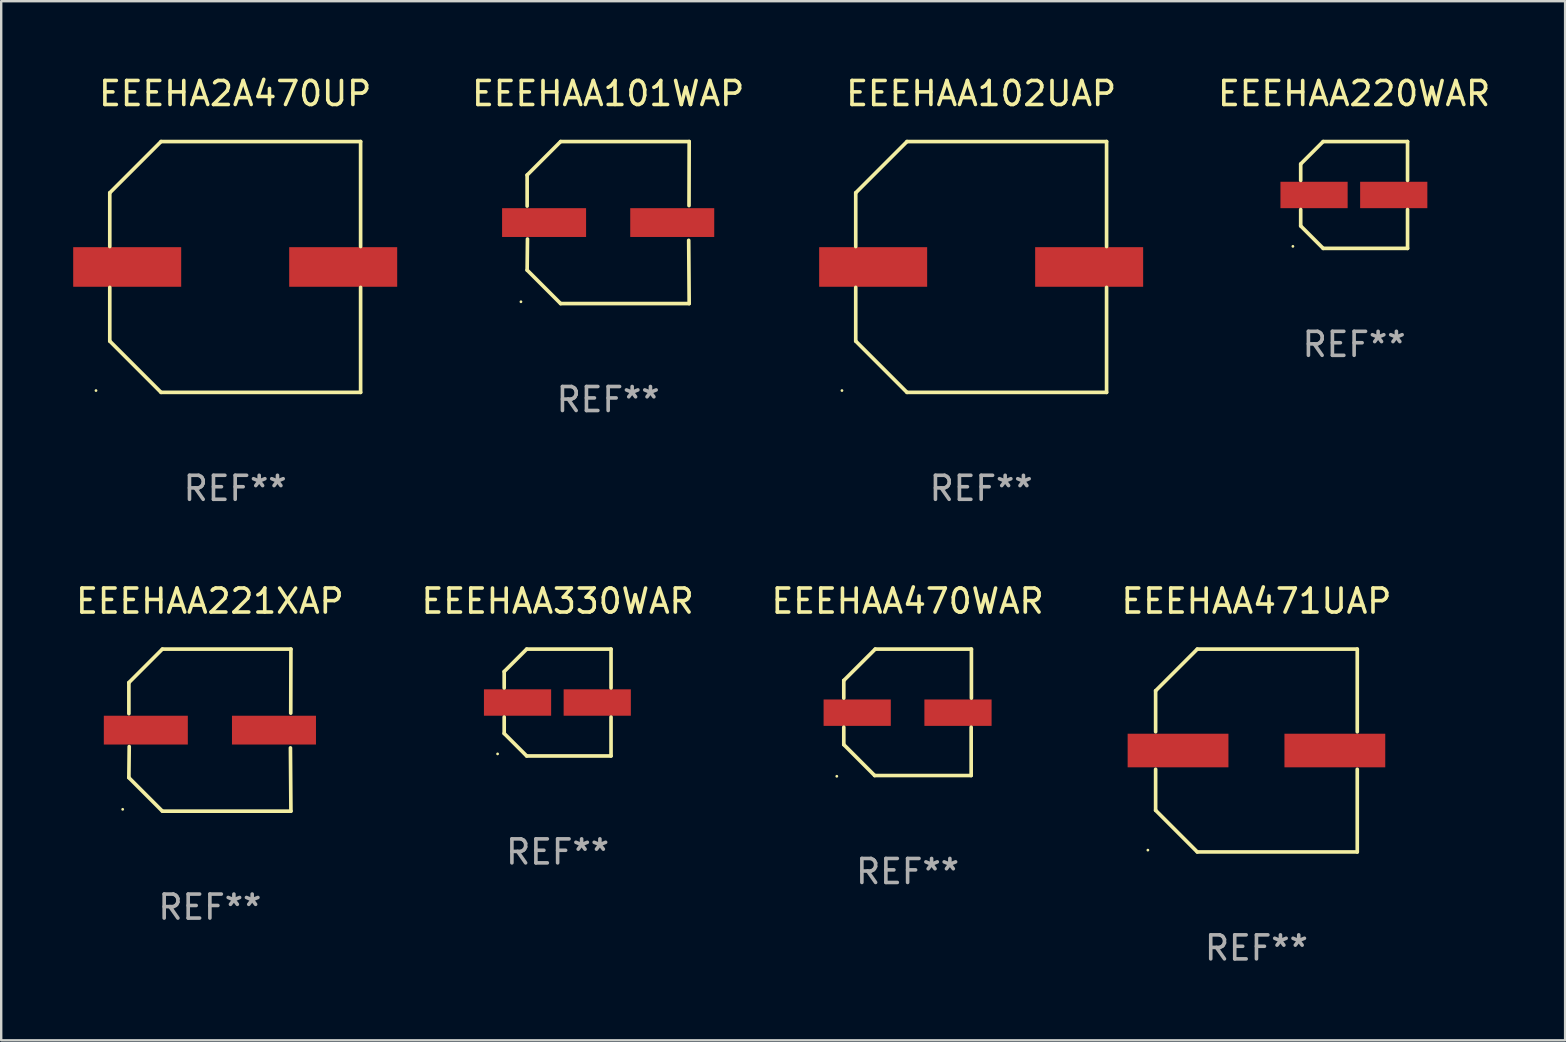
<source format=kicad_pcb>
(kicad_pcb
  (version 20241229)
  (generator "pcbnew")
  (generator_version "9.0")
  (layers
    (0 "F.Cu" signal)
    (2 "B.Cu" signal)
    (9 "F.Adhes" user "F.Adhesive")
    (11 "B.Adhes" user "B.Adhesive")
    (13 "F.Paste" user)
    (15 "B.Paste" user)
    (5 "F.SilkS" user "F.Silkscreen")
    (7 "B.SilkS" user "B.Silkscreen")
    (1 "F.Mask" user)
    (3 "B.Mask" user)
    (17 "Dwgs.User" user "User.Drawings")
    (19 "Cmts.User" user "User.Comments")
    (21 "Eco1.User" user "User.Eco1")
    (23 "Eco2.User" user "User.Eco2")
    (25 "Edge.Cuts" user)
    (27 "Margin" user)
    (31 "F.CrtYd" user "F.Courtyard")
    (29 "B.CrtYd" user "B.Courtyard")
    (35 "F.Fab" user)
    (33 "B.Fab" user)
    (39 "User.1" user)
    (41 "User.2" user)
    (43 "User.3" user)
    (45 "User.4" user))
  (footprint "EEEHAA101WAP"
    (layer "F.Cu")
    (at 22.291 6.224)
    (property "Reference" "EEEHAA101WAP" (at 0 -5.376 0) (layer "F.SilkS") (effects (font (size 1 1) (thickness 0.15))))
    (attr through_hole)
    (fp_line (start -3.376 -1.98) (end -3.376 -0.686) (stroke (width 0.152) (type solid)) (layer "F.SilkS"))
    (fp_line (start -3.376 1.981) (end -3.362 0.686) (stroke (width 0.152) (type solid)) (layer "F.SilkS"))
    (fp_line (start -1.981 3.376) (end -3.376 1.981) (stroke (width 0.152) (type solid)) (layer "F.SilkS"))
    (fp_line (start -1.98 -3.376) (end -3.376 -1.98) (stroke (width 0.152) (type solid)) (layer "F.SilkS"))
    (fp_line (start 3.356 0.74) (end 3.376 3.376) (stroke (width 0.152) (type solid)) (layer "F.SilkS"))
    (fp_line (start 3.369 -0.707) (end 3.376 -3.376) (stroke (width 0.152) (type solid)) (layer "F.SilkS"))
    (fp_line (start 3.376 3.376) (end -1.981 3.376) (stroke (width 0.152) (type solid)) (layer "F.SilkS"))
    (fp_line (start 3.376 -3.376) (end -1.98 -3.376) (stroke (width 0.152) (type solid)) (layer "F.SilkS"))
    (fp_circle (center -3.634 3.3) (end -3.604 3.3) (stroke (width 0.06) (type solid)) (fill no) (layer "F.SilkS"))
    (fp_text user "REF**" (at 0 7.376 0) (layer "F.Fab") (effects (font (size 1 1) (thickness 0.15))))
    (pad "1" smd rect (at -2.67 0.000254) (size 3.5 1.2) (layers "F.Cu" "F.Mask" "F.Paste"))
    (pad "2" smd rect (at 2.67 0.000254) (size 3.5 1.2) (layers "F.Cu" "F.Mask" "F.Paste")))
  (footprint "EEEHAA330WAR"
    (layer "F.Cu")
    (at 20.185 26.223)
    (property "Reference" "EEEHAA330WAR" (at 0 -4.226 0) (layer "F.SilkS") (effects (font (size 1 1) (thickness 0.15))))
    (attr through_hole)
    (fp_line (start -2.226 -1.29) (end -2.226 -0.607) (stroke (width 0.152) (type solid)) (layer "F.SilkS"))
    (fp_line (start -2.226 1.29) (end -2.226 0.607) (stroke (width 0.152) (type solid)) (layer "F.SilkS"))
    (fp_line (start -1.29 -2.226) (end -2.226 -1.29) (stroke (width 0.152) (type solid)) (layer "F.SilkS"))
    (fp_line (start -1.29 2.226) (end -2.226 1.29) (stroke (width 0.152) (type solid)) (layer "F.SilkS"))
    (fp_line (start 2.226 -2.226) (end -1.29 -2.226) (stroke (width 0.152) (type solid)) (layer "F.SilkS"))
    (fp_line (start 2.226 -0.607) (end 2.226 -2.226) (stroke (width 0.152) (type solid)) (layer "F.SilkS"))
    (fp_line (start 2.226 0.607) (end 2.226 2.226) (stroke (width 0.152) (type solid)) (layer "F.SilkS"))
    (fp_line (start 2.226 2.226) (end -1.29 2.226) (stroke (width 0.152) (type solid)) (layer "F.SilkS"))
    (fp_circle (center -2.501 2.141) (end -2.471 2.141) (stroke (width 0.06) (type solid)) (fill no) (layer "F.SilkS"))
    (fp_text user "REF**" (at 0 6.226 0) (layer "F.Fab") (effects (font (size 1 1) (thickness 0.15))))
    (pad "1" smd rect (at -1.67 -0.000025) (size 2.8 1.1) (layers "F.Cu" "F.Mask" "F.Paste"))
    (pad "2" smd rect (at 1.651 -0.000025) (size 2.8 1.1) (layers "F.Cu" "F.Mask" "F.Paste")))
  (footprint "EEEHAA220WAR"
    (layer "F.Cu")
    (at 53.374 5.074)
    (property "Reference" "EEEHAA220WAR" (at 0 -4.226 0) (layer "F.SilkS") (effects (font (size 1 1) (thickness 0.15))))
    (attr through_hole)
    (fp_line (start -2.226 -1.29) (end -2.226 -0.607) (stroke (width 0.152) (type solid)) (layer "F.SilkS"))
    (fp_line (start -2.226 1.29) (end -2.226 0.607) (stroke (width 0.152) (type solid)) (layer "F.SilkS"))
    (fp_line (start -1.29 -2.226) (end -2.226 -1.29) (stroke (width 0.152) (type solid)) (layer "F.SilkS"))
    (fp_line (start -1.29 2.226) (end -2.226 1.29) (stroke (width 0.152) (type solid)) (layer "F.SilkS"))
    (fp_line (start 2.226 -2.226) (end -1.29 -2.226) (stroke (width 0.152) (type solid)) (layer "F.SilkS"))
    (fp_line (start 2.226 -0.607) (end 2.226 -2.226) (stroke (width 0.152) (type solid)) (layer "F.SilkS"))
    (fp_line (start 2.226 0.607) (end 2.226 2.226) (stroke (width 0.152) (type solid)) (layer "F.SilkS"))
    (fp_line (start 2.226 2.226) (end -1.29 2.226) (stroke (width 0.152) (type solid)) (layer "F.SilkS"))
    (fp_circle (center -2.551 2.141) (end -2.521 2.141) (stroke (width 0.06) (type solid)) (fill no) (layer "F.SilkS"))
    (fp_text user "REF**" (at 0 6.226 0) (layer "F.Fab") (effects (font (size 1 1) (thickness 0.15))))
    (pad "1" smd rect (at -1.67 -0.000025) (size 2.8 1.1) (layers "F.Cu" "F.Mask" "F.Paste"))
    (pad "2" smd rect (at 1.651 -0.000025) (size 2.8 1.1) (layers "F.Cu" "F.Mask" "F.Paste")))
  (footprint "EEEHAA470WAR"
    (layer "F.Cu")
    (at 34.768 26.631)
    (property "Reference" "EEEHAA470WAR" (at 0 -4.634 0) (layer "F.SilkS") (effects (font (size 1 1) (thickness 0.15))))
    (attr through_hole)
    (fp_line (start -2.659 -1.326) (end -2.659 -0.592) (stroke (width 0.152) (type solid)) (layer "F.SilkS"))
    (fp_line (start -2.659 1.346) (end -2.659 0.622) (stroke (width 0.152) (type solid)) (layer "F.SilkS"))
    (fp_line (start -1.372 2.634) (end -2.659 1.346) (stroke (width 0.152) (type solid)) (layer "F.SilkS"))
    (fp_line (start -1.349 -2.634) (end -2.659 -1.326) (stroke (width 0.152) (type solid)) (layer "F.SilkS"))
    (fp_line (start 2.649 0.622) (end 2.649 2.634) (stroke (width 0.152) (type solid)) (layer "F.SilkS"))
    (fp_line (start 2.649 2.634) (end -1.372 2.634) (stroke (width 0.152) (type solid)) (layer "F.SilkS"))
    (fp_line (start 2.659 -2.634) (end -1.349 -2.634) (stroke (width 0.152) (type solid)) (layer "F.SilkS"))
    (fp_line (start 2.659 -0.592) (end 2.659 -2.634) (stroke (width 0.152) (type solid)) (layer "F.SilkS"))
    (fp_circle (center -2.95 2.665) (end -2.92 2.665) (stroke (width 0.06) (type solid)) (fill no) (layer "F.SilkS"))
    (fp_text user "REF**" (at 0 6.634 0) (layer "F.Fab") (effects (font (size 1 1) (thickness 0.15))))
    (pad "1" smd rect (at -2.1 0.015) (size 2.8 1.1) (layers "F.Cu" "F.Mask" "F.Paste"))
    (pad "2" smd rect (at 2.1 0.015) (size 2.8 1.1) (layers "F.Cu" "F.Mask" "F.Paste")))
  (footprint "EEEHA2A470UP"
    (layer "F.Cu")
    (at 6.75 8.074)
    (property "Reference" "EEEHA2A470UP" (at 0 -7.226 0) (layer "F.SilkS") (effects (font (size 1 1) (thickness 0.15))))
    (attr through_hole)
    (fp_line (start -5.226 -3.09) (end -5.226 -0.852) (stroke (width 0.152) (type solid)) (layer "F.SilkS"))
    (fp_line (start -5.226 3.09) (end -5.226 0.852) (stroke (width 0.152) (type solid)) (layer "F.SilkS"))
    (fp_line (start -3.09 -5.226) (end -5.226 -3.09) (stroke (width 0.152) (type solid)) (layer "F.SilkS"))
    (fp_line (start -3.09 5.226) (end -5.226 3.09) (stroke (width 0.152) (type solid)) (layer "F.SilkS"))
    (fp_line (start 5.226 -5.226) (end -3.09 -5.226) (stroke (width 0.152) (type solid)) (layer "F.SilkS"))
    (fp_line (start 5.226 -0.852) (end 5.226 -5.226) (stroke (width 0.152) (type solid)) (layer "F.SilkS"))
    (fp_line (start 5.226 0.852) (end 5.226 5.226) (stroke (width 0.152) (type solid)) (layer "F.SilkS"))
    (fp_line (start 5.226 5.226) (end -3.09 5.226) (stroke (width 0.152) (type solid)) (layer "F.SilkS"))
    (fp_circle (center -5.8 5.15) (end -5.77 5.15) (stroke (width 0.06) (type solid)) (fill no) (layer "F.SilkS"))
    (fp_text user "REF**" (at 0 9.226 0) (layer "F.Fab") (effects (font (size 1 1) (thickness 0.15))))
    (pad "1" smd rect (at -4.5 0) (size 4.5 1.65) (layers "F.Cu" "F.Mask" "F.Paste"))
    (pad "2" smd rect (at 4.5 0) (size 4.5 1.65) (layers "F.Cu" "F.Mask" "F.Paste")))
  (footprint "EEEHAA471UAP"
    (layer "F.Cu")
    (at 49.304 28.223)
    (property "Reference" "EEEHAA471UAP" (at 0 -6.226 0) (layer "F.SilkS") (effects (font (size 1 1) (thickness 0.15))))
    (attr through_hole)
    (fp_line (start -4.201 -2.49) (end -4.201 -0.782) (stroke (width 0.152) (type solid)) (layer "F.SilkS"))
    (fp_line (start -4.201 2.49) (end -4.201 0.782) (stroke (width 0.152) (type solid)) (layer "F.SilkS"))
    (fp_line (start -2.465 -4.226) (end -4.201 -2.49) (stroke (width 0.152) (type solid)) (layer "F.SilkS"))
    (fp_line (start -2.465 4.226) (end -4.201 2.49) (stroke (width 0.152) (type solid)) (layer "F.SilkS"))
    (fp_line (start 4.201 -4.226) (end -2.465 -4.226) (stroke (width 0.152) (type solid)) (layer "F.SilkS"))
    (fp_line (start 4.201 -0.782) (end 4.201 -4.226) (stroke (width 0.152) (type solid)) (layer "F.SilkS"))
    (fp_line (start 4.201 0.782) (end 4.201 4.226) (stroke (width 0.152) (type solid)) (layer "F.SilkS"))
    (fp_line (start 4.201 4.226) (end -2.465 4.226) (stroke (width 0.152) (type solid)) (layer "F.SilkS"))
    (fp_circle (center -4.524 4.15) (end -4.494 4.15) (stroke (width 0.06) (type solid)) (fill no) (layer "F.SilkS"))
    (fp_text user "REF**" (at 0 8.226 0) (layer "F.Fab") (effects (font (size 1 1) (thickness 0.15))))
    (pad "1" smd rect (at -3.267 0) (size 4.2 1.4) (layers "F.Cu" "F.Mask" "F.Paste"))
    (pad "2" smd rect (at 3.267 0) (size 4.2 1.4) (layers "F.Cu" "F.Mask" "F.Paste")))
  (footprint "EEEHAA102UAP"
    (layer "F.Cu")
    (at 37.833 8.074)
    (property "Reference" "EEEHAA102UAP" (at 0 -7.226 0) (layer "F.SilkS") (effects (font (size 1 1) (thickness 0.15))))
    (attr through_hole)
    (fp_line (start -5.226 -3.09) (end -5.226 -0.852) (stroke (width 0.152) (type solid)) (layer "F.SilkS"))
    (fp_line (start -5.226 3.09) (end -5.226 0.852) (stroke (width 0.152) (type solid)) (layer "F.SilkS"))
    (fp_line (start -3.09 -5.226) (end -5.226 -3.09) (stroke (width 0.152) (type solid)) (layer "F.SilkS"))
    (fp_line (start -3.09 5.226) (end -5.226 3.09) (stroke (width 0.152) (type solid)) (layer "F.SilkS"))
    (fp_line (start 5.226 -5.226) (end -3.09 -5.226) (stroke (width 0.152) (type solid)) (layer "F.SilkS"))
    (fp_line (start 5.226 -0.852) (end 5.226 -5.226) (stroke (width 0.152) (type solid)) (layer "F.SilkS"))
    (fp_line (start 5.226 0.852) (end 5.226 5.226) (stroke (width 0.152) (type solid)) (layer "F.SilkS"))
    (fp_line (start 5.226 5.226) (end -3.09 5.226) (stroke (width 0.152) (type solid)) (layer "F.SilkS"))
    (fp_circle (center -5.8 5.15) (end -5.77 5.15) (stroke (width 0.06) (type solid)) (fill no) (layer "F.SilkS"))
    (fp_text user "REF**" (at 0 9.226 0) (layer "F.Fab") (effects (font (size 1 1) (thickness 0.15))))
    (pad "1" smd rect (at -4.5 0) (size 4.5 1.65) (layers "F.Cu" "F.Mask" "F.Paste"))
    (pad "2" smd rect (at 4.5 0) (size 4.5 1.65) (layers "F.Cu" "F.Mask" "F.Paste")))
  (footprint "EEEHAA221XAP"
    (layer "F.Cu")
    (at 5.696 27.373)
    (property "Reference" "EEEHAA221XAP" (at 0 -5.376 0) (layer "F.SilkS") (effects (font (size 1 1) (thickness 0.15))))
    (attr through_hole)
    (fp_line (start -3.376 -1.98) (end -3.376 -0.686) (stroke (width 0.152) (type solid)) (layer "F.SilkS"))
    (fp_line (start -3.376 1.981) (end -3.362 0.686) (stroke (width 0.152) (type solid)) (layer "F.SilkS"))
    (fp_line (start -1.981 3.376) (end -3.376 1.981) (stroke (width 0.152) (type solid)) (layer "F.SilkS"))
    (fp_line (start -1.98 -3.376) (end -3.376 -1.98) (stroke (width 0.152) (type solid)) (layer "F.SilkS"))
    (fp_line (start 3.356 0.74) (end 3.376 3.376) (stroke (width 0.152) (type solid)) (layer "F.SilkS"))
    (fp_line (start 3.369 -0.707) (end 3.376 -3.376) (stroke (width 0.152) (type solid)) (layer "F.SilkS"))
    (fp_line (start 3.376 3.376) (end -1.981 3.376) (stroke (width 0.152) (type solid)) (layer "F.SilkS"))
    (fp_line (start 3.376 -3.376) (end -1.98 -3.376) (stroke (width 0.152) (type solid)) (layer "F.SilkS"))
    (fp_circle (center -3.634 3.3) (end -3.604 3.3) (stroke (width 0.06) (type solid)) (fill no) (layer "F.SilkS"))
    (fp_text user "REF**" (at 0 7.376 0) (layer "F.Fab") (effects (font (size 1 1) (thickness 0.15))))
    (pad "1" smd rect (at -2.67 0.000254) (size 3.5 1.2) (layers "F.Cu" "F.Mask" "F.Paste"))
    (pad "2" smd rect (at 2.67 0.000254) (size 3.5 1.2) (layers "F.Cu" "F.Mask" "F.Paste")))
  (gr_rect
    (start -3 -3)
    (end 62.166 40.298)
    (stroke (width 0.1) (type default))
    (fill no)
    (layer "Edge.Cuts")))
</source>
